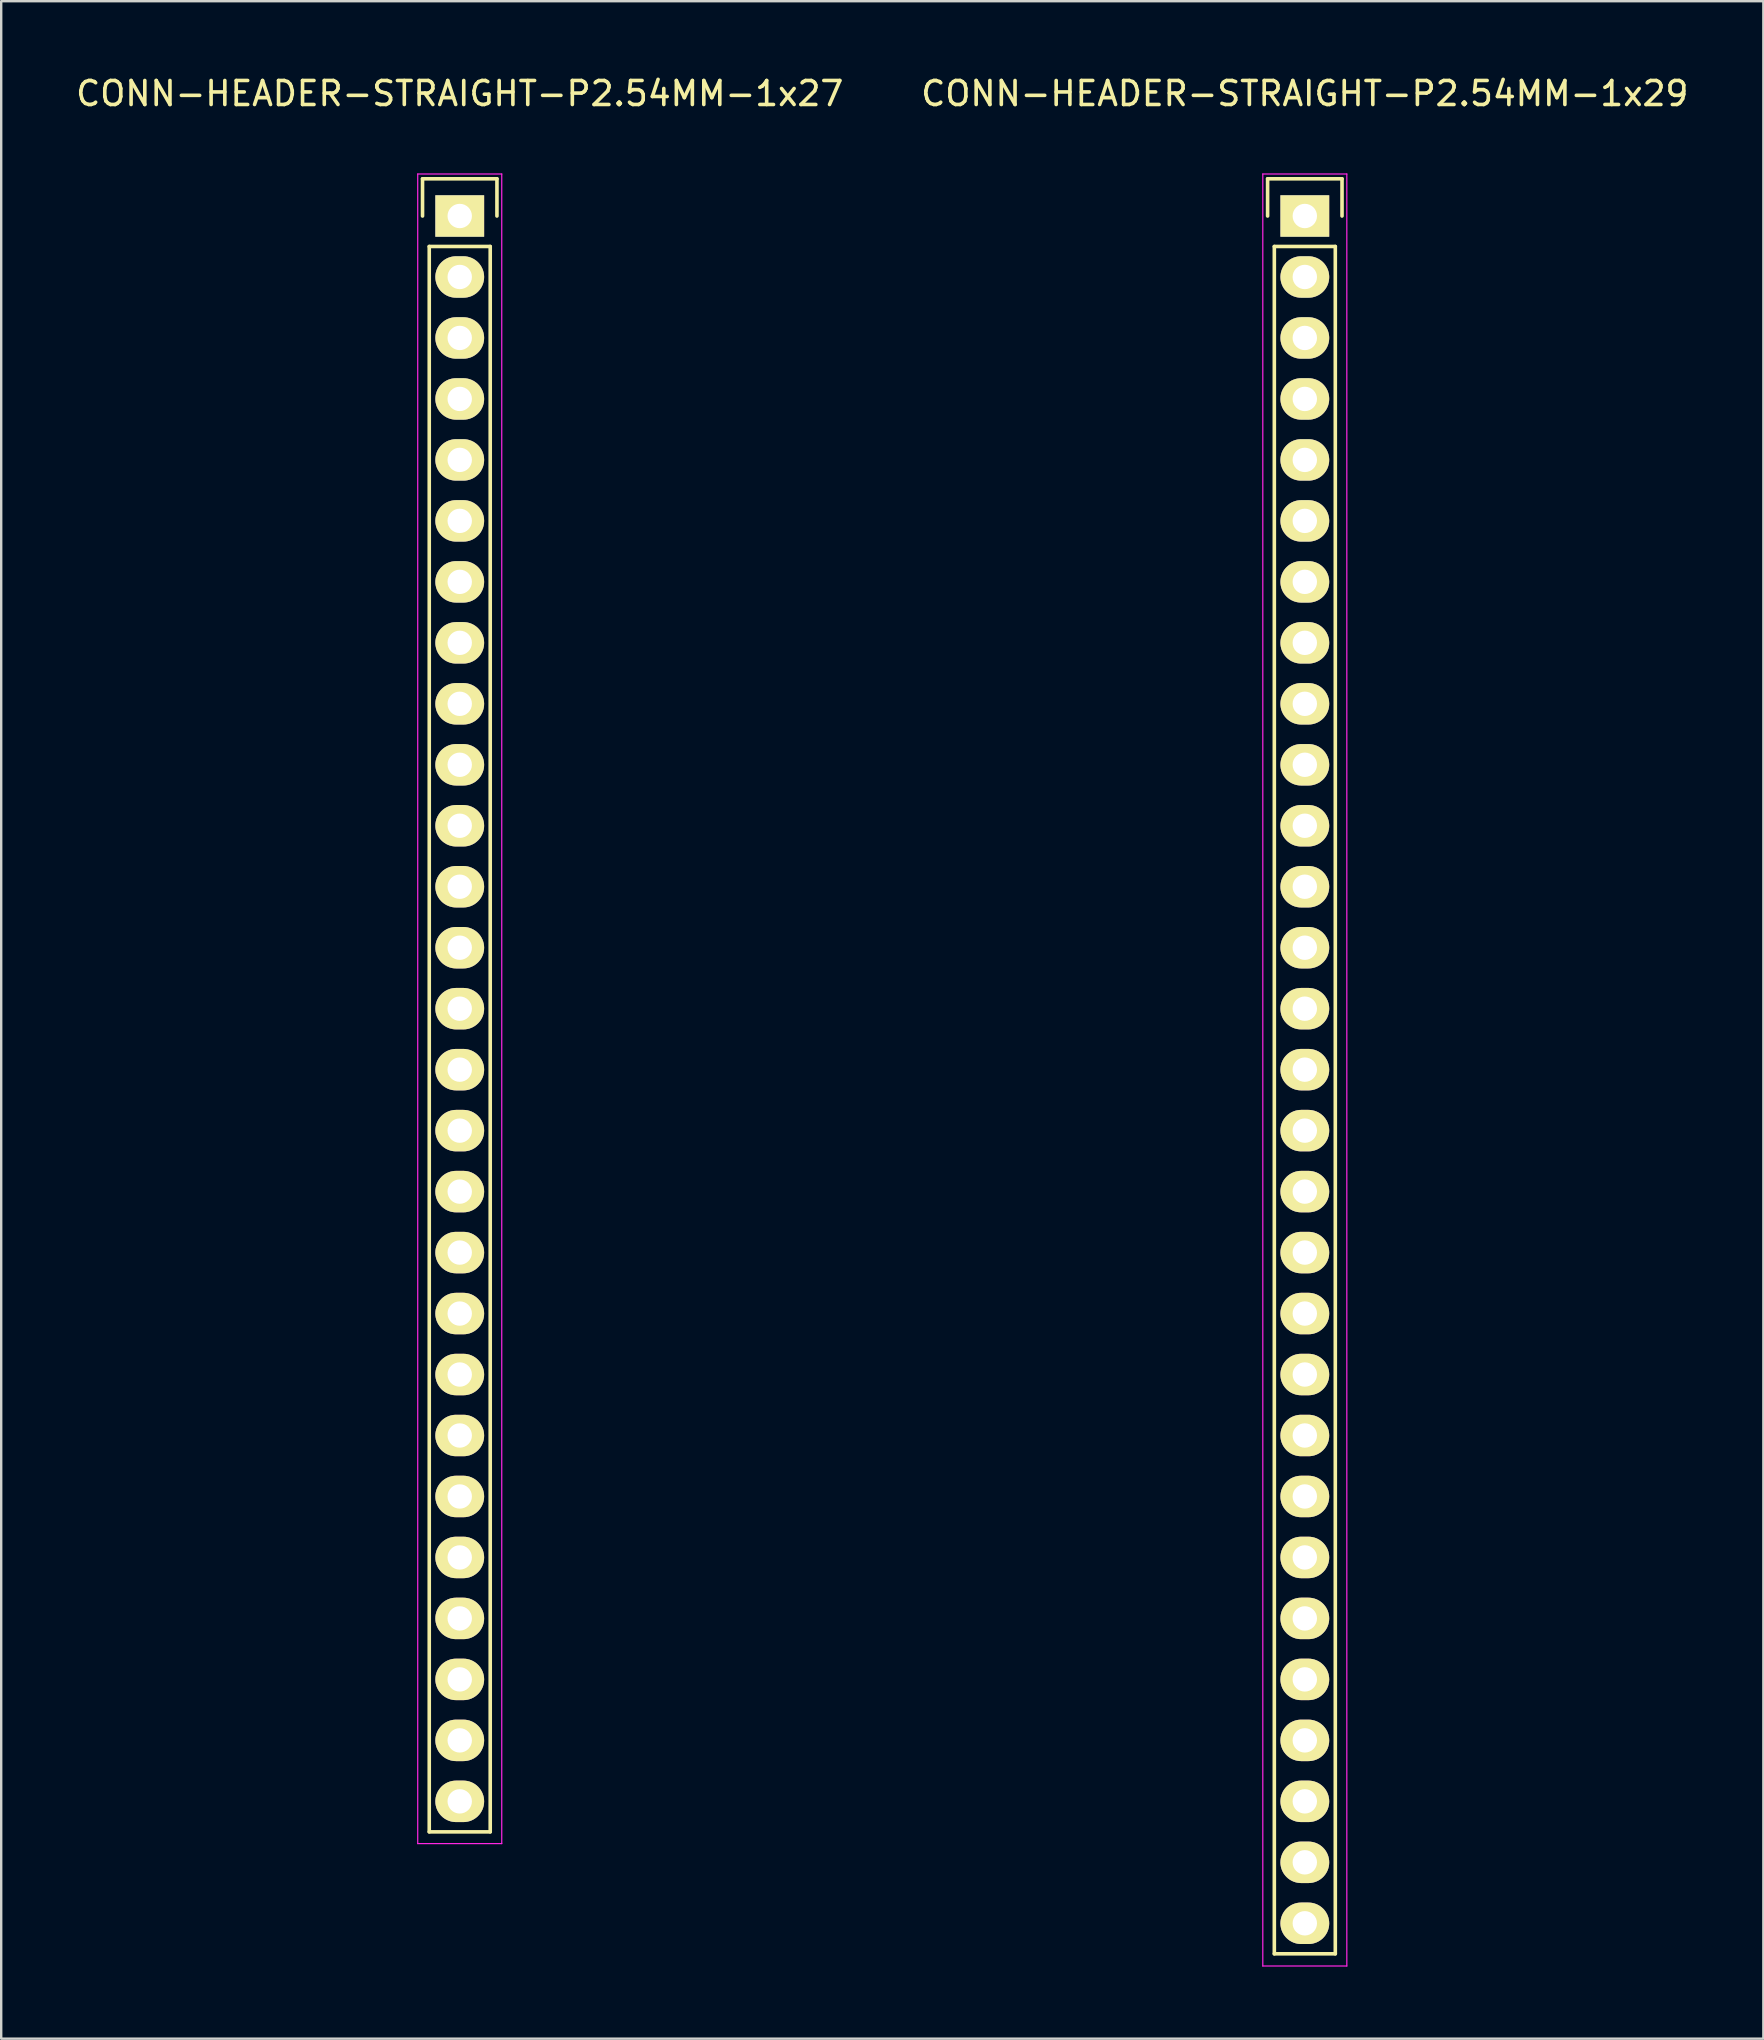
<source format=kicad_pcb>
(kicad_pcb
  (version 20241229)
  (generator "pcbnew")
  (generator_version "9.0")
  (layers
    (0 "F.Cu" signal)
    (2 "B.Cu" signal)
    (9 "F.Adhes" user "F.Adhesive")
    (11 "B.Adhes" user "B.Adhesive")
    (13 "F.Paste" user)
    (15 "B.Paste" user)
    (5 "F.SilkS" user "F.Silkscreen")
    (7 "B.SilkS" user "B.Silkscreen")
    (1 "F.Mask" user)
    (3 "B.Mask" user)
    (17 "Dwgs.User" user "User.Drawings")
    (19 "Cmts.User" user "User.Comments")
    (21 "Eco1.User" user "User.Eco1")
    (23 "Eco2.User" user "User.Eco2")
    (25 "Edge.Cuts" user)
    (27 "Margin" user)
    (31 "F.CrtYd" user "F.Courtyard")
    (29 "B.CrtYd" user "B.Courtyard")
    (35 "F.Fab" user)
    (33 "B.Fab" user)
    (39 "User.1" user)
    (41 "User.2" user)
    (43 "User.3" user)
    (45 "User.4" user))
  (footprint "CONN-HEADER-STRAIGHT-P2.54MM-1x29"
    (layer "F.Cu")
    (at 51.304 5.948)
    (property "Reference" "CONN-HEADER-STRAIGHT-P2.54MM-1x29" (at 0 -5.1 0) (layer "F.SilkS") (effects (font (size 1 1) (thickness 0.15))))
    (attr through_hole)
    (fp_line (start -1.55 -1.55) (end 1.55 -1.55) (stroke (width 0.15) (type solid)) (layer "F.SilkS"))
    (fp_line (start -1.55 0) (end -1.55 -1.55) (stroke (width 0.15) (type solid)) (layer "F.SilkS"))
    (fp_line (start -1.27 1.27) (end -1.27 72.39) (stroke (width 0.15) (type solid)) (layer "F.SilkS"))
    (fp_line (start -1.27 72.39) (end 1.27 72.39) (stroke (width 0.15) (type solid)) (layer "F.SilkS"))
    (fp_line (start 1.27 1.27) (end -1.27 1.27) (stroke (width 0.15) (type solid)) (layer "F.SilkS"))
    (fp_line (start 1.27 72.39) (end 1.27 1.27) (stroke (width 0.15) (type solid)) (layer "F.SilkS"))
    (fp_line (start 1.55 -1.55) (end 1.55 0) (stroke (width 0.15) (type solid)) (layer "F.SilkS"))
    (fp_line (start -1.75 -1.75) (end -1.75 72.9) (stroke (width 0.05) (type solid)) (layer "F.CrtYd"))
    (fp_line (start -1.75 -1.75) (end 1.75 -1.75) (stroke (width 0.05) (type solid)) (layer "F.CrtYd"))
    (fp_line (start -1.75 72.9) (end 1.75 72.9) (stroke (width 0.05) (type solid)) (layer "F.CrtYd"))
    (fp_line (start 1.75 -1.75) (end 1.75 72.9) (stroke (width 0.05) (type solid)) (layer "F.CrtYd"))
    (pad "1" thru_hole rect (at 0 0) (size 2.032 1.727) (drill 1.016) (layers "*.Cu" "*.Mask" "F.SilkS"))
    (pad "2" thru_hole oval (at 0 2.54) (size 2.032 1.727) (drill 1.016) (layers "*.Cu" "*.Mask" "F.SilkS"))
    (pad "3" thru_hole oval (at 0 5.08) (size 2.032 1.727) (drill 1.016) (layers "*.Cu" "*.Mask" "F.SilkS"))
    (pad "4" thru_hole oval (at 0 7.62) (size 2.032 1.727) (drill 1.016) (layers "*.Cu" "*.Mask" "F.SilkS"))
    (pad "5" thru_hole oval (at 0 10.16) (size 2.032 1.727) (drill 1.016) (layers "*.Cu" "*.Mask" "F.SilkS"))
    (pad "6" thru_hole oval (at 0 12.7) (size 2.032 1.727) (drill 1.016) (layers "*.Cu" "*.Mask" "F.SilkS"))
    (pad "7" thru_hole oval (at 0 15.24) (size 2.032 1.727) (drill 1.016) (layers "*.Cu" "*.Mask" "F.SilkS"))
    (pad "8" thru_hole oval (at 0 17.78) (size 2.032 1.727) (drill 1.016) (layers "*.Cu" "*.Mask" "F.SilkS"))
    (pad "9" thru_hole oval (at 0 20.32) (size 2.032 1.727) (drill 1.016) (layers "*.Cu" "*.Mask" "F.SilkS"))
    (pad "10" thru_hole oval (at 0 22.86) (size 2.032 1.727) (drill 1.016) (layers "*.Cu" "*.Mask" "F.SilkS"))
    (pad "11" thru_hole oval (at 0 25.4) (size 2.032 1.727) (drill 1.016) (layers "*.Cu" "*.Mask" "F.SilkS"))
    (pad "12" thru_hole oval (at 0 27.94) (size 2.032 1.727) (drill 1.016) (layers "*.Cu" "*.Mask" "F.SilkS"))
    (pad "13" thru_hole oval (at 0 30.48) (size 2.032 1.727) (drill 1.016) (layers "*.Cu" "*.Mask" "F.SilkS"))
    (pad "14" thru_hole oval (at 0 33.02) (size 2.032 1.727) (drill 1.016) (layers "*.Cu" "*.Mask" "F.SilkS"))
    (pad "15" thru_hole oval (at 0 35.56) (size 2.032 1.727) (drill 1.016) (layers "*.Cu" "*.Mask" "F.SilkS"))
    (pad "16" thru_hole oval (at 0 38.1) (size 2.032 1.727) (drill 1.016) (layers "*.Cu" "*.Mask" "F.SilkS"))
    (pad "17" thru_hole oval (at 0 40.64) (size 2.032 1.727) (drill 1.016) (layers "*.Cu" "*.Mask" "F.SilkS"))
    (pad "18" thru_hole oval (at 0 43.18) (size 2.032 1.727) (drill 1.016) (layers "*.Cu" "*.Mask" "F.SilkS"))
    (pad "19" thru_hole oval (at 0 45.72) (size 2.032 1.727) (drill 1.016) (layers "*.Cu" "*.Mask" "F.SilkS"))
    (pad "20" thru_hole oval (at 0 48.26) (size 2.032 1.727) (drill 1.016) (layers "*.Cu" "*.Mask" "F.SilkS"))
    (pad "21" thru_hole oval (at 0 50.8) (size 2.032 1.727) (drill 1.016) (layers "*.Cu" "*.Mask" "F.SilkS"))
    (pad "22" thru_hole oval (at 0 53.34) (size 2.032 1.727) (drill 1.016) (layers "*.Cu" "*.Mask" "F.SilkS"))
    (pad "23" thru_hole oval (at 0 55.88) (size 2.032 1.727) (drill 1.016) (layers "*.Cu" "*.Mask" "F.SilkS"))
    (pad "24" thru_hole oval (at 0 58.42) (size 2.032 1.727) (drill 1.016) (layers "*.Cu" "*.Mask" "F.SilkS"))
    (pad "25" thru_hole oval (at 0 60.96) (size 2.032 1.727) (drill 1.016) (layers "*.Cu" "*.Mask" "F.SilkS"))
    (pad "26" thru_hole oval (at 0 63.5) (size 2.032 1.727) (drill 1.016) (layers "*.Cu" "*.Mask" "F.SilkS"))
    (pad "27" thru_hole oval (at 0 66.04) (size 2.032 1.727) (drill 1.016) (layers "*.Cu" "*.Mask" "F.SilkS"))
    (pad "28" thru_hole oval (at 0 68.58) (size 2.032 1.727) (drill 1.016) (layers "*.Cu" "*.Mask" "F.SilkS"))
    (pad "29" thru_hole oval (at 0 71.12) (size 2.032 1.727) (drill 1.016) (layers "*.Cu" "*.Mask" "F.SilkS")))
  (footprint "CONN-HEADER-STRAIGHT-P2.54MM-1x27"
    (layer "F.Cu")
    (at 16.101 5.948)
    (property "Reference" "CONN-HEADER-STRAIGHT-P2.54MM-1x27" (at 0 -5.1 0) (layer "F.SilkS") (effects (font (size 1 1) (thickness 0.15))))
    (attr through_hole)
    (fp_line (start -1.55 -1.55) (end 1.55 -1.55) (stroke (width 0.15) (type solid)) (layer "F.SilkS"))
    (fp_line (start -1.55 0) (end -1.55 -1.55) (stroke (width 0.15) (type solid)) (layer "F.SilkS"))
    (fp_line (start -1.27 1.27) (end -1.27 67.31) (stroke (width 0.15) (type solid)) (layer "F.SilkS"))
    (fp_line (start -1.27 67.31) (end 1.27 67.31) (stroke (width 0.15) (type solid)) (layer "F.SilkS"))
    (fp_line (start 1.27 1.27) (end -1.27 1.27) (stroke (width 0.15) (type solid)) (layer "F.SilkS"))
    (fp_line (start 1.27 67.31) (end 1.27 1.27) (stroke (width 0.15) (type solid)) (layer "F.SilkS"))
    (fp_line (start 1.55 -1.55) (end 1.55 0) (stroke (width 0.15) (type solid)) (layer "F.SilkS"))
    (fp_line (start -1.75 -1.75) (end -1.75 67.8) (stroke (width 0.05) (type solid)) (layer "F.CrtYd"))
    (fp_line (start -1.75 -1.75) (end 1.75 -1.75) (stroke (width 0.05) (type solid)) (layer "F.CrtYd"))
    (fp_line (start -1.75 67.8) (end 1.75 67.8) (stroke (width 0.05) (type solid)) (layer "F.CrtYd"))
    (fp_line (start 1.75 -1.75) (end 1.75 67.8) (stroke (width 0.05) (type solid)) (layer "F.CrtYd"))
    (pad "1" thru_hole rect (at 0 0) (size 2.032 1.727) (drill 1.016) (layers "*.Cu" "*.Mask" "F.SilkS"))
    (pad "2" thru_hole oval (at 0 2.54) (size 2.032 1.727) (drill 1.016) (layers "*.Cu" "*.Mask" "F.SilkS"))
    (pad "3" thru_hole oval (at 0 5.08) (size 2.032 1.727) (drill 1.016) (layers "*.Cu" "*.Mask" "F.SilkS"))
    (pad "4" thru_hole oval (at 0 7.62) (size 2.032 1.727) (drill 1.016) (layers "*.Cu" "*.Mask" "F.SilkS"))
    (pad "5" thru_hole oval (at 0 10.16) (size 2.032 1.727) (drill 1.016) (layers "*.Cu" "*.Mask" "F.SilkS"))
    (pad "6" thru_hole oval (at 0 12.7) (size 2.032 1.727) (drill 1.016) (layers "*.Cu" "*.Mask" "F.SilkS"))
    (pad "7" thru_hole oval (at 0 15.24) (size 2.032 1.727) (drill 1.016) (layers "*.Cu" "*.Mask" "F.SilkS"))
    (pad "8" thru_hole oval (at 0 17.78) (size 2.032 1.727) (drill 1.016) (layers "*.Cu" "*.Mask" "F.SilkS"))
    (pad "9" thru_hole oval (at 0 20.32) (size 2.032 1.727) (drill 1.016) (layers "*.Cu" "*.Mask" "F.SilkS"))
    (pad "10" thru_hole oval (at 0 22.86) (size 2.032 1.727) (drill 1.016) (layers "*.Cu" "*.Mask" "F.SilkS"))
    (pad "11" thru_hole oval (at 0 25.4) (size 2.032 1.727) (drill 1.016) (layers "*.Cu" "*.Mask" "F.SilkS"))
    (pad "12" thru_hole oval (at 0 27.94) (size 2.032 1.727) (drill 1.016) (layers "*.Cu" "*.Mask" "F.SilkS"))
    (pad "13" thru_hole oval (at 0 30.48) (size 2.032 1.727) (drill 1.016) (layers "*.Cu" "*.Mask" "F.SilkS"))
    (pad "14" thru_hole oval (at 0 33.02) (size 2.032 1.727) (drill 1.016) (layers "*.Cu" "*.Mask" "F.SilkS"))
    (pad "15" thru_hole oval (at 0 35.56) (size 2.032 1.727) (drill 1.016) (layers "*.Cu" "*.Mask" "F.SilkS"))
    (pad "16" thru_hole oval (at 0 38.1) (size 2.032 1.727) (drill 1.016) (layers "*.Cu" "*.Mask" "F.SilkS"))
    (pad "17" thru_hole oval (at 0 40.64) (size 2.032 1.727) (drill 1.016) (layers "*.Cu" "*.Mask" "F.SilkS"))
    (pad "18" thru_hole oval (at 0 43.18) (size 2.032 1.727) (drill 1.016) (layers "*.Cu" "*.Mask" "F.SilkS"))
    (pad "19" thru_hole oval (at 0 45.72) (size 2.032 1.727) (drill 1.016) (layers "*.Cu" "*.Mask" "F.SilkS"))
    (pad "20" thru_hole oval (at 0 48.26) (size 2.032 1.727) (drill 1.016) (layers "*.Cu" "*.Mask" "F.SilkS"))
    (pad "21" thru_hole oval (at 0 50.8) (size 2.032 1.727) (drill 1.016) (layers "*.Cu" "*.Mask" "F.SilkS"))
    (pad "22" thru_hole oval (at 0 53.34) (size 2.032 1.727) (drill 1.016) (layers "*.Cu" "*.Mask" "F.SilkS"))
    (pad "23" thru_hole oval (at 0 55.88) (size 2.032 1.727) (drill 1.016) (layers "*.Cu" "*.Mask" "F.SilkS"))
    (pad "24" thru_hole oval (at 0 58.42) (size 2.032 1.727) (drill 1.016) (layers "*.Cu" "*.Mask" "F.SilkS"))
    (pad "25" thru_hole oval (at 0 60.96) (size 2.032 1.727) (drill 1.016) (layers "*.Cu" "*.Mask" "F.SilkS"))
    (pad "26" thru_hole oval (at 0 63.5) (size 2.032 1.727) (drill 1.016) (layers "*.Cu" "*.Mask" "F.SilkS"))
    (pad "27" thru_hole oval (at 0 66.04) (size 2.032 1.727) (drill 1.016) (layers "*.Cu" "*.Mask" "F.SilkS")))
  (gr_rect
    (start -3 -3)
    (end 70.405 81.873)
    (stroke (width 0.1) (type default))
    (fill no)
    (layer "Edge.Cuts")))
</source>
